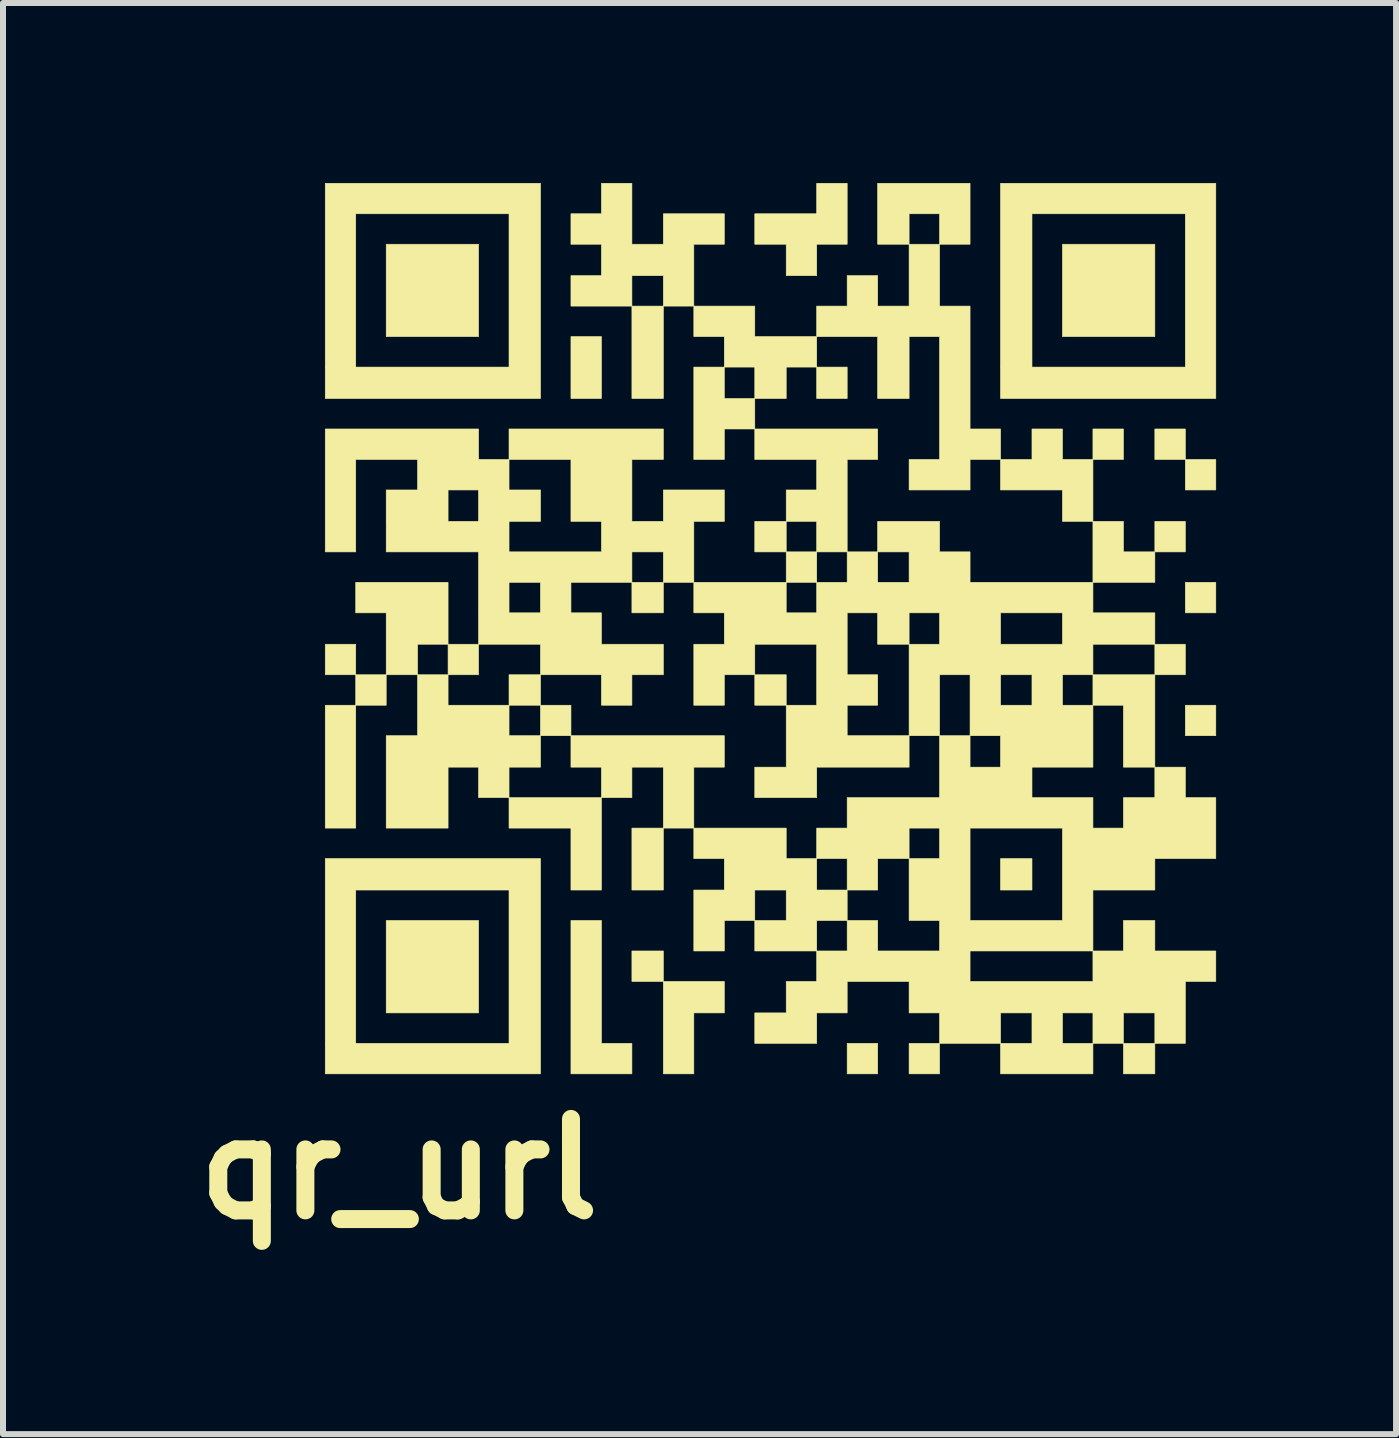
<source format=kicad_pcb>
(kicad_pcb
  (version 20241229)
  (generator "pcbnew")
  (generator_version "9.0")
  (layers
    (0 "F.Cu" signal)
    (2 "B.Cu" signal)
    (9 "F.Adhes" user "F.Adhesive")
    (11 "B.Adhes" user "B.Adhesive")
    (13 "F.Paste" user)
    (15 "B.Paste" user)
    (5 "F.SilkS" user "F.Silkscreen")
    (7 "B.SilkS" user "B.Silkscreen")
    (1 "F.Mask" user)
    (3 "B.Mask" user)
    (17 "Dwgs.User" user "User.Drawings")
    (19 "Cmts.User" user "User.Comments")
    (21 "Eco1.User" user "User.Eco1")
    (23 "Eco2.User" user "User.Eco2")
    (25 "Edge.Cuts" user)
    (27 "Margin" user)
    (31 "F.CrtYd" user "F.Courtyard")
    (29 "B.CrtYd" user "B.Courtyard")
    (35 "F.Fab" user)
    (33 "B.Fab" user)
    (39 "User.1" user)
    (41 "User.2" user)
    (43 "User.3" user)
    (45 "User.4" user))
  (footprint "qr_url"
    (layer "F.Cu")
    (at 9.8 7.434)
    (property "Reference" "qr_url" (at -6.2 9 0) (layer "F.SilkS") (effects (font (size 1.524 1.524) (thickness 0.3))))
    (attr through_hole)
    (fp_poly (pts (xy -6.921 0.762) (xy -7.429 0.762) (xy -7.429 0.254) (xy -6.921 0.254) (xy -6.921 0.762)) (stroke (width 0.01) (type solid)) (fill yes) (layer "F.SilkS"))
    (fp_poly (pts (xy -6.921 3.318) (xy -7.429 3.318) (xy -7.429 1.27) (xy -6.921 1.27) (xy -6.921 3.318)) (stroke (width 0.01) (type solid)) (fill yes) (layer "F.SilkS"))
    (fp_poly (pts (xy -6.413 1.27) (xy -6.921 1.27) (xy -6.921 0.762) (xy -6.413 0.762) (xy -6.413 1.27)) (stroke (width 0.01) (type solid)) (fill yes) (layer "F.SilkS"))
    (fp_poly (pts (xy -4.874 -4.874) (xy -6.413 -4.874) (xy -6.413 -6.413) (xy -4.874 -6.413) (xy -4.874 -4.874)) (stroke (width 0.01) (type solid)) (fill yes) (layer "F.SilkS"))
    (fp_poly (pts (xy -4.874 6.398) (xy -6.413 6.398) (xy -6.413 4.858) (xy -4.874 4.858) (xy -4.874 6.398)) (stroke (width 0.01) (type solid)) (fill yes) (layer "F.SilkS"))
    (fp_poly (pts (xy -3.842 1.27) (xy -4.366 1.27) (xy -4.366 0.762) (xy -3.842 0.762) (xy -3.842 1.27)) (stroke (width 0.01) (type solid)) (fill yes) (layer "F.SilkS"))
    (fp_poly (pts (xy -3.334 1.778) (xy -3.842 1.778) (xy -3.842 1.27) (xy -3.334 1.27) (xy -3.334 1.778)) (stroke (width 0.01) (type solid)) (fill yes) (layer "F.SilkS"))
    (fp_poly (pts (xy -2.826 -3.842) (xy -3.334 -3.842) (xy -3.334 -4.874) (xy -2.826 -4.874) (xy -2.826 -3.842)) (stroke (width 0.01) (type solid)) (fill yes) (layer "F.SilkS"))
    (fp_poly (pts (xy -1.794 -0.27) (xy -2.318 -0.27) (xy -2.318 -0.778) (xy -1.794 -0.778) (xy -1.794 -0.27)) (stroke (width 0.01) (type solid)) (fill yes) (layer "F.SilkS"))
    (fp_poly (pts (xy -1.794 4.35) (xy -2.318 4.35) (xy -2.318 3.318) (xy -1.794 3.318) (xy -1.794 4.35)) (stroke (width 0.01) (type solid)) (fill yes) (layer "F.SilkS"))
    (fp_poly (pts (xy -1.794 5.874) (xy -2.318 5.874) (xy -2.318 5.366) (xy -1.794 5.366) (xy -1.794 5.874)) (stroke (width 0.01) (type solid)) (fill yes) (layer "F.SilkS"))
    (fp_poly (pts (xy 0.254 1.27) (xy -0.27 1.27) (xy -0.27 0.762) (xy 0.254 0.762) (xy 0.254 1.27)) (stroke (width 0.01) (type solid)) (fill yes) (layer "F.SilkS"))
    (fp_poly (pts (xy 1.27 -3.842) (xy 0.762 -3.842) (xy 0.762 -4.366) (xy 1.27 -4.366) (xy 1.27 -3.842)) (stroke (width 0.01) (type solid)) (fill yes) (layer "F.SilkS"))
    (fp_poly (pts (xy 1.778 7.414) (xy 1.27 7.414) (xy 1.27 6.906) (xy 1.778 6.906) (xy 1.778 7.414)) (stroke (width 0.01) (type solid)) (fill yes) (layer "F.SilkS"))
    (fp_poly (pts (xy 2.81 7.414) (xy 2.302 7.414) (xy 2.302 6.906) (xy 2.81 6.906) (xy 2.81 7.414)) (stroke (width 0.01) (type solid)) (fill yes) (layer "F.SilkS"))
    (fp_poly (pts (xy 4.35 4.35) (xy 3.826 4.35) (xy 3.826 3.826) (xy 4.35 3.826) (xy 4.35 4.35)) (stroke (width 0.01) (type solid)) (fill yes) (layer "F.SilkS"))
    (fp_poly (pts (xy 5.874 -2.826) (xy 5.366 -2.826) (xy 5.366 -3.334) (xy 5.874 -3.334) (xy 5.874 -2.826)) (stroke (width 0.01) (type solid)) (fill yes) (layer "F.SilkS"))
    (fp_poly (pts (xy 6.398 -4.874) (xy 4.858 -4.874) (xy 4.858 -6.413) (xy 6.398 -6.413) (xy 6.398 -4.874)) (stroke (width 0.01) (type solid)) (fill yes) (layer "F.SilkS"))
    (fp_poly (pts (xy 6.906 -2.826) (xy 6.398 -2.826) (xy 6.398 -3.334) (xy 6.906 -3.334) (xy 6.906 -2.826)) (stroke (width 0.01) (type solid)) (fill yes) (layer "F.SilkS"))
    (fp_poly (pts (xy 6.906 -1.286) (xy 6.398 -1.286) (xy 6.398 -1.794) (xy 6.906 -1.794) (xy 6.906 -1.286)) (stroke (width 0.01) (type solid)) (fill yes) (layer "F.SilkS"))
    (fp_poly (pts (xy 7.414 -2.318) (xy 6.906 -2.318) (xy 6.906 -2.826) (xy 7.414 -2.826) (xy 7.414 -2.318)) (stroke (width 0.01) (type solid)) (fill yes) (layer "F.SilkS"))
    (fp_poly (pts (xy 7.414 -0.27) (xy 6.906 -0.27) (xy 6.906 -0.778) (xy 7.414 -0.778) (xy 7.414 -0.27)) (stroke (width 0.01) (type solid)) (fill yes) (layer "F.SilkS"))
    (fp_poly (pts (xy 7.414 1.778) (xy 6.906 1.778) (xy 6.906 1.27) (xy 7.414 1.27) (xy 7.414 1.778)) (stroke (width 0.01) (type solid)) (fill yes) (layer "F.SilkS"))
    (fp_poly (pts (xy -2.826 6.906) (xy -2.318 6.906) (xy -2.318 7.414) (xy -3.334 7.414) (xy -3.334 4.858) (xy -2.826 4.858) (xy -2.826 6.906)) (stroke (width 0.01) (type solid)) (fill yes) (layer "F.SilkS"))
    (fp_poly (pts (xy -0.778 6.398) (xy -1.286 6.398) (xy -1.286 7.414) (xy -1.794 7.414) (xy -1.794 5.874) (xy -0.778 5.874) (xy -0.778 6.398)) (stroke (width 0.01) (type solid)) (fill yes) (layer "F.SilkS"))
    (fp_poly (pts (xy 5.874 -1.286) (xy 6.398 -1.286) (xy 6.398 -0.778) (xy 5.366 -0.778) (xy 5.366 -1.794) (xy 5.874 -1.794) (xy 5.874 -1.286)) (stroke (width 0.01) (type solid)) (fill yes) (layer "F.SilkS"))
    (fp_poly (pts (xy 1.27 -6.413) (xy 0.762 -6.413) (xy 0.762 -5.89) (xy 0.254 -5.89) (xy 0.254 -6.413) (xy -0.27 -6.413) (xy -0.27 -6.921) (xy 0.762 -6.921) (xy 0.762 -7.429) (xy 1.27 -7.429) (xy 1.27 -6.413)) (stroke (width 0.01) (type solid)) (fill yes) (layer "F.SilkS"))
    (fp_poly (pts (xy 4.858 -2.826) (xy 5.366 -2.826) (xy 5.366 -1.794) (xy 4.858 -1.794) (xy 4.858 -2.318) (xy 3.826 -2.318) (xy 3.826 -2.826) (xy 4.35 -2.826) (xy 4.35 -3.334) (xy 4.858 -3.334) (xy 4.858 -2.826)) (stroke (width 0.01) (type solid)) (fill yes) (layer "F.SilkS"))
    (fp_poly (pts (xy -3.842 -3.842) (xy -7.429 -3.842) (xy -7.429 -6.921) (xy -6.921 -6.921) (xy -6.921 -4.366) (xy -4.366 -4.366) (xy -4.366 -6.921) (xy -6.921 -6.921) (xy -7.429 -6.921) (xy -7.429 -7.429) (xy -3.842 -7.429) (xy -3.842 -3.842)) (stroke (width 0.01) (type solid)) (fill yes) (layer "F.SilkS"))
    (fp_poly (pts (xy -3.842 7.414) (xy -7.429 7.414) (xy -7.429 4.35) (xy -6.921 4.35) (xy -6.921 6.906) (xy -4.366 6.906) (xy -4.366 4.35) (xy -6.921 4.35) (xy -7.429 4.35) (xy -7.429 3.826) (xy -3.842 3.826) (xy -3.842 7.414)) (stroke (width 0.01) (type solid)) (fill yes) (layer "F.SilkS"))
    (fp_poly (pts (xy 7.414 -3.842) (xy 3.826 -3.842) (xy 3.826 -6.921) (xy 4.35 -6.921) (xy 4.35 -4.366) (xy 6.906 -4.366) (xy 6.906 -6.921) (xy 4.35 -6.921) (xy 3.826 -6.921) (xy 3.826 -7.429) (xy 7.414 -7.429) (xy 7.414 -3.842)) (stroke (width 0.01) (type solid)) (fill yes) (layer "F.SilkS"))
    (fp_poly (pts (xy -0.27 -4.874) (xy 0.762 -4.874) (xy 0.762 -4.366) (xy 0.254 -4.366) (xy 0.254 -3.842) (xy -0.27 -3.842) (xy -0.27 -3.334) (xy -0.778 -3.334) (xy -0.778 -2.826) (xy -1.286 -2.826) (xy -1.286 -4.366) (xy -0.778 -4.366) (xy -0.778 -3.842) (xy -0.27 -3.842) (xy -0.27 -4.366) (xy -0.778 -4.366) (xy -0.778 -4.874) (xy -1.286 -4.874) (xy -1.286 -5.382) (xy -0.27 -5.382) (xy -0.27 -4.874)) (stroke (width 0.01) (type solid)) (fill yes) (layer "F.SilkS"))
    (fp_poly (pts (xy -2.318 -6.413) (xy -1.794 -6.413) (xy -1.794 -6.921) (xy -0.778 -6.921) (xy -0.778 -6.413) (xy -1.286 -6.413) (xy -1.286 -5.382) (xy -1.794 -5.382) (xy -1.794 -3.842) (xy -2.318 -3.842) (xy -2.318 -5.382) (xy -3.334 -5.382) (xy -3.334 -5.89) (xy -2.826 -5.89) (xy -2.318 -5.89) (xy -2.318 -5.382) (xy -1.794 -5.382) (xy -1.794 -5.89) (xy -2.318 -5.89) (xy -2.826 -5.89) (xy -2.826 -6.413) (xy -3.334 -6.413) (xy -3.334 -6.921) (xy -2.826 -6.921) (xy -2.826 -7.429) (xy -2.318 -7.429) (xy -2.318 -6.413)) (stroke (width 0.01) (type solid)) (fill yes) (layer "F.SilkS"))
    (fp_poly (pts (xy 3.318 -6.413) (xy 2.81 -6.413) (xy 2.81 -5.382) (xy 3.318 -5.382) (xy 3.318 -3.334) (xy 3.826 -3.334) (xy 3.826 -2.826) (xy 3.318 -2.826) (xy 3.318 -2.318) (xy 2.302 -2.318) (xy 2.302 -2.826) (xy 2.81 -2.826) (xy 2.81 -4.874) (xy 2.302 -4.874) (xy 2.302 -3.842) (xy 1.778 -3.842) (xy 1.778 -4.874) (xy 0.762 -4.874) (xy 0.762 -5.382) (xy 1.27 -5.382) (xy 1.27 -5.89) (xy 1.778 -5.89) (xy 1.778 -5.382) (xy 2.302 -5.382) (xy 2.302 -6.413) (xy 1.778 -6.413) (xy 1.778 -6.921) (xy 2.302 -6.921) (xy 2.302 -6.413) (xy 2.81 -6.413) (xy 2.81 -6.921) (xy 2.302 -6.921) (xy 1.778 -6.921) (xy 1.778 -7.429) (xy 3.318 -7.429) (xy 3.318 -6.413)) (stroke (width 0.01) (type solid)) (fill yes) (layer "F.SilkS"))
    (fp_poly (pts (xy 2.81 6.398) (xy 3.826 6.398) (xy 3.826 6.906) (xy 4.35 6.906) (xy 4.35 6.398) (xy 4.858 6.398) (xy 4.858 6.906) (xy 5.366 6.906) (xy 5.366 6.398) (xy 5.874 6.398) (xy 5.874 6.906) (xy 6.398 6.906) (xy 6.398 6.398) (xy 5.874 6.398) (xy 5.366 6.398) (xy 4.858 6.398) (xy 4.35 6.398) (xy 3.826 6.398) (xy 2.81 6.398) (xy 2.302 6.398) (xy 2.302 5.874) (xy 1.27 5.874) (xy 1.27 6.398) (xy 0.762 6.398) (xy 0.762 6.906) (xy -0.27 6.906) (xy -0.27 6.398) (xy 0.254 6.398) (xy 0.254 5.874) (xy 0.762 5.874) (xy 0.762 5.366) (xy -0.27 5.366) (xy -0.27 4.858) (xy -0.778 4.858) (xy -0.778 5.366) (xy -1.286 5.366) (xy -1.286 4.35) (xy -0.778 4.35) (xy -0.27 4.35) (xy -0.27 4.858) (xy 0.254 4.858) (xy 0.762 4.858) (xy 0.762 5.366) (xy 1.27 5.366) (xy 1.27 4.858) (xy 0.762 4.858) (xy 0.254 4.858) (xy 0.254 4.35) (xy -0.27 4.35) (xy -0.778 4.35) (xy -0.778 3.826) (xy -1.286 3.826) (xy -1.286 3.318) (xy -1.794 3.318) (xy -1.794 2.302) (xy -2.318 2.302) (xy -2.318 2.81) (xy -2.826 2.81) (xy -2.826 4.35) (xy -3.334 4.35) (xy -3.334 3.318) (xy -4.366 3.318) (xy -4.366 2.81) (xy -4.874 2.81) (xy -4.874 2.302) (xy -5.382 2.302) (xy -5.382 3.318) (xy -6.413 3.318) (xy -6.413 1.778) (xy -5.89 1.778) (xy -5.89 0.762) (xy -6.413 0.762) (xy -6.413 0.254) (xy -5.89 0.254) (xy -5.89 0.762) (xy -5.382 0.762) (xy -5.382 1.27) (xy -4.366 1.27) (xy -4.366 1.778) (xy -3.842 1.778) (xy -3.842 2.302) (xy -4.366 2.302) (xy -4.366 2.81) (xy -2.826 2.81) (xy -2.826 2.302) (xy -3.334 2.302) (xy -3.334 1.778) (xy -0.778 1.778) (xy -0.778 2.302) (xy -1.286 2.302) (xy -1.286 3.318) (xy 0.254 3.318) (xy 0.254 3.826) (xy 0.762 3.826) (xy 0.762 4.35) (xy 1.27 4.35) (xy 1.27 4.858) (xy 1.778 4.858) (xy 1.778 5.366) (xy 2.81 5.366) (xy 3.318 5.366) (xy 3.318 5.874) (xy 5.366 5.874) (xy 5.366 5.366) (xy 3.318 5.366) (xy 2.81 5.366) (xy 2.81 4.858) (xy 2.302 4.858) (xy 2.302 3.826) (xy 1.778 3.826) (xy 1.778 4.35) (xy 1.27 4.35) (xy 1.27 3.826) (xy 0.762 3.826) (xy 0.762 3.318) (xy 1.27 3.318) (xy 2.302 3.318) (xy 2.302 3.826) (xy 2.81 3.826) (xy 2.81 3.318) (xy 3.318 3.318) (xy 3.318 4.858) (xy 4.858 4.858) (xy 4.858 3.318) (xy 3.318 3.318) (xy 2.81 3.318) (xy 2.302 3.318) (xy 1.27 3.318) (xy 1.27 2.81) (xy 2.81 2.81) (xy 2.81 1.778) (xy 2.302 1.778) (xy 2.302 2.302) (xy 0.762 2.302) (xy 0.762 2.81) (xy -0.27 2.81) (xy -0.27 2.302) (xy 0.254 2.302) (xy 0.254 1.27) (xy 0.762 1.27) (xy 0.762 0.254) (xy -0.27 0.254) (xy -0.27 0.762) (xy -0.778 0.762) (xy -0.778 1.27) (xy -1.286 1.27) (xy -1.286 0.254) (xy -0.778 0.254) (xy -0.778 -0.27) (xy -1.286 -0.27) (xy -1.286 -0.778) (xy -1.794 -0.778) (xy -1.794 -1.286) (xy -2.318 -1.286) (xy -2.318 -0.778) (xy -3.334 -0.778) (xy -3.334 -0.27) (xy -2.826 -0.27) (xy -2.826 0.254) (xy -1.794 0.254) (xy -1.794 0.762) (xy -2.318 0.762) (xy -2.318 1.27) (xy -2.826 1.27) (xy -2.826 0.762) (xy -3.842 0.762) (xy -3.842 0.254) (xy -4.874 0.254) (xy -4.874 0.762) (xy -5.382 0.762) (xy -5.382 0.254) (xy -5.89 0.254) (xy -6.413 0.254) (xy -6.413 -0.27) (xy -6.921 -0.27) (xy -6.921 -0.778) (xy -5.382 -0.778) (xy -5.382 0.254) (xy -4.874 0.254) (xy -4.874 -0.778) (xy -4.366 -0.778) (xy -4.366 -0.27) (xy -3.842 -0.27) (xy -3.842 -0.778) (xy -4.366 -0.778) (xy -4.874 -0.778) (xy -4.874 -1.286) (xy -6.413 -1.286) (xy -6.413 -2.318) (xy -5.89 -2.318) (xy -5.382 -2.318) (xy -5.382 -1.794) (xy -4.874 -1.794) (xy -4.874 -2.318) (xy -5.382 -2.318) (xy -5.89 -2.318) (xy -5.89 -2.826) (xy -6.921 -2.826) (xy -6.921 -1.286) (xy -7.429 -1.286) (xy -7.429 -3.334) (xy -4.874 -3.334) (xy -4.874 -2.826) (xy -4.366 -2.826) (xy -4.366 -2.318) (xy -3.842 -2.318) (xy -3.842 -1.794) (xy -4.366 -1.794) (xy -4.366 -1.286) (xy -2.826 -1.286) (xy -2.826 -1.794) (xy -3.334 -1.794) (xy -3.334 -2.826) (xy -4.366 -2.826) (xy -4.366 -3.334) (xy -1.794 -3.334) (xy -1.794 -2.826) (xy -2.318 -2.826) (xy -2.318 -1.794) (xy -1.794 -1.794) (xy -1.794 -2.318) (xy -0.778 -2.318) (xy -0.778 -1.794) (xy -1.286 -1.794) (xy -1.286 -0.778) (xy 0.254 -0.778) (xy 0.254 -0.27) (xy 0.762 -0.27) (xy 1.27 -0.27) (xy 1.27 0.762) (xy 1.778 0.762) (xy 1.778 1.27) (xy 1.27 1.27) (xy 1.27 1.778) (xy 2.302 1.778) (xy 2.302 0.762) (xy 2.81 0.762) (xy 2.81 1.778) (xy 3.318 1.778) (xy 3.318 2.302) (xy 3.826 2.302) (xy 4.35 2.302) (xy 4.35 2.81) (xy 5.366 2.81) (xy 5.366 3.318) (xy 5.874 3.318) (xy 5.874 2.81) (xy 6.398 2.81) (xy 6.398 2.302) (xy 5.874 2.302) (xy 5.874 1.27) (xy 5.366 1.27) (xy 5.366 2.302) (xy 4.35 2.302) (xy 3.826 2.302) (xy 3.826 1.778) (xy 3.318 1.778) (xy 3.318 0.762) (xy 3.826 0.762) (xy 3.826 1.27) (xy 4.35 1.27) (xy 4.35 0.762) (xy 4.858 0.762) (xy 4.858 1.27) (xy 5.366 1.27) (xy 5.366 0.762) (xy 4.858 0.762) (xy 4.35 0.762) (xy 3.826 0.762) (xy 3.318 0.762) (xy 2.81 0.762) (xy 2.302 0.762) (xy 2.302 0.254) (xy 1.778 0.254) (xy 1.778 -0.27) (xy 2.302 -0.27) (xy 2.302 0.254) (xy 2.81 0.254) (xy 2.81 -0.27) (xy 3.826 -0.27) (xy 3.826 0.254) (xy 4.858 0.254) (xy 5.366 0.254) (xy 5.366 0.762) (xy 6.398 0.762) (xy 6.398 0.254) (xy 5.366 0.254) (xy 4.858 0.254) (xy 4.858 -0.27) (xy 3.826 -0.27) (xy 2.81 -0.27) (xy 2.302 -0.27) (xy 1.778 -0.27) (xy 1.27 -0.27) (xy 0.762 -0.27) (xy 0.762 -0.778) (xy 0.254 -0.778) (xy 0.254 -1.286) (xy -0.27 -1.286) (xy -0.27 -1.794) (xy 0.254 -1.794) (xy 0.254 -1.286) (xy 0.762 -1.286) (xy 0.762 -0.778) (xy 1.27 -0.778) (xy 1.27 -1.286) (xy 0.762 -1.286) (xy 0.762 -1.794) (xy 0.254 -1.794) (xy 0.254 -2.318) (xy 0.762 -2.318) (xy 0.762 -2.826) (xy -0.27 -2.826) (xy -0.27 -3.334) (xy 1.778 -3.334) (xy 1.778 -2.826) (xy 1.27 -2.826) (xy 1.27 -1.286) (xy 1.778 -1.286) (xy 1.778 -0.778) (xy 2.302 -0.778) (xy 2.302 -1.286) (xy 1.778 -1.286) (xy 1.778 -1.794) (xy 2.81 -1.794) (xy 2.81 -1.286) (xy 3.318 -1.286) (xy 3.318 -0.778) (xy 5.366 -0.778) (xy 5.366 -0.27) (xy 6.398 -0.27) (xy 6.398 0.254) (xy 6.906 0.254) (xy 6.906 0.762) (xy 6.398 0.762) (xy 6.398 2.302) (xy 6.906 2.302) (xy 6.906 2.81) (xy 7.414 2.81) (xy 7.414 3.826) (xy 6.398 3.826) (xy 6.398 4.35) (xy 5.366 4.35) (xy 5.366 5.366) (xy 5.874 5.366) (xy 5.874 4.858) (xy 6.398 4.858) (xy 6.398 5.366) (xy 7.414 5.366) (xy 7.414 5.874) (xy 6.906 5.874) (xy 6.906 6.906) (xy 6.398 6.906) (xy 6.398 7.414) (xy 5.874 7.414) (xy 5.874 6.906) (xy 5.366 6.906) (xy 5.366 7.414) (xy 3.826 7.414) (xy 3.826 6.906) (xy 2.81 6.906) (xy 2.81 6.398)) (stroke (width 0.01) (type solid)) (fill yes) (layer "F.SilkS")))
  (gr_rect
    (start -3 -3)
    (end 20.218 20.853)
    (stroke (width 0.1) (type default))
    (fill no)
    (layer "Edge.Cuts")))
</source>
